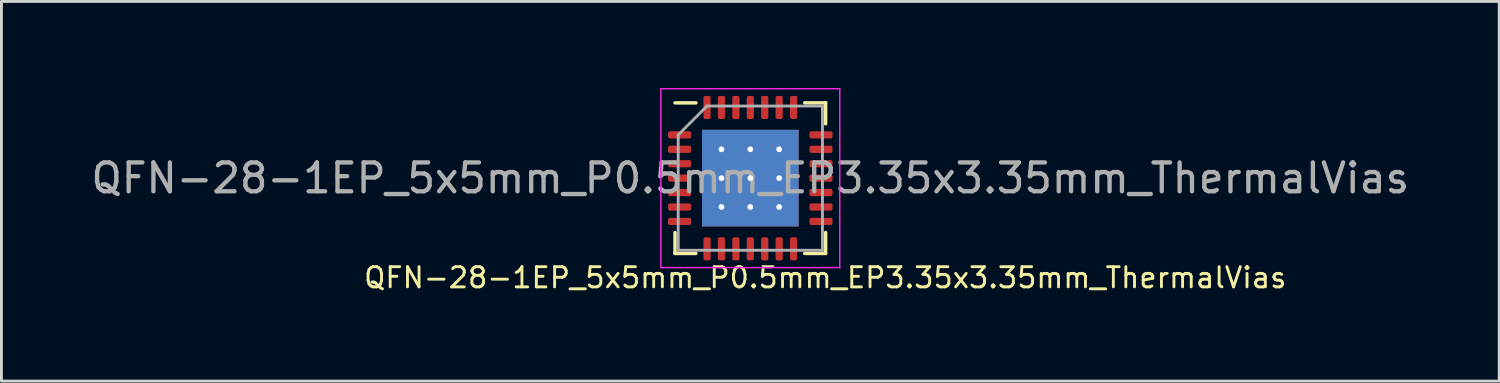
<source format=kicad_pcb>
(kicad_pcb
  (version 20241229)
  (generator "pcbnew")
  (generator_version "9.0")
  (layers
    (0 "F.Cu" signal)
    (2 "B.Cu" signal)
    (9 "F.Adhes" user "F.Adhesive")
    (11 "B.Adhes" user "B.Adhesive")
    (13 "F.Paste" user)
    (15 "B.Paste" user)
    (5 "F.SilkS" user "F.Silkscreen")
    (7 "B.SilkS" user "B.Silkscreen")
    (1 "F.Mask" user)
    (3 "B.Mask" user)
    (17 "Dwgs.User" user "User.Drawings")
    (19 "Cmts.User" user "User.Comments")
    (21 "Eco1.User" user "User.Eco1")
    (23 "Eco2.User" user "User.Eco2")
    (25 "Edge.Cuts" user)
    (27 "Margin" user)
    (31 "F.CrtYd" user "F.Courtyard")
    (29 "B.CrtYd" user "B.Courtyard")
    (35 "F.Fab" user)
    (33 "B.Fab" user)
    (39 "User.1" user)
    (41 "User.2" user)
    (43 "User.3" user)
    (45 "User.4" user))
  (footprint "QFN-28-1EP_5x5mm_P0.5mm_EP3.35x3.35mm_ThermalVias"
    (layer "F.Cu")
    (at 22.958 3.125)
    (property "Reference" "QFN-28-1EP_5x5mm_P0.5mm_EP3.35x3.35mm_ThermalVias" (at 2.6 3.45 0) (unlocked yes) (layer "F.SilkS") (effects (font (size 0.7 0.7) (thickness 0.1))))
    (attr smd)
    (fp_line (start -2.61 2.61) (end -2.61 1.885) (stroke (width 0.12) (type solid)) (layer "F.SilkS"))
    (fp_line (start -1.885 -2.61) (end -2.61 -2.61) (stroke (width 0.12) (type solid)) (layer "F.SilkS"))
    (fp_line (start -1.885 2.61) (end -2.61 2.61) (stroke (width 0.12) (type solid)) (layer "F.SilkS"))
    (fp_line (start 1.885 -2.61) (end 2.61 -2.61) (stroke (width 0.12) (type solid)) (layer "F.SilkS"))
    (fp_line (start 1.885 2.61) (end 2.61 2.61) (stroke (width 0.12) (type solid)) (layer "F.SilkS"))
    (fp_line (start 2.61 -2.61) (end 2.61 -1.885) (stroke (width 0.12) (type solid)) (layer "F.SilkS"))
    (fp_line (start 2.61 2.61) (end 2.61 1.885) (stroke (width 0.12) (type solid)) (layer "F.SilkS"))
    (fp_line (start -3.1 -3.1) (end -3.1 3.1) (stroke (width 0.05) (type solid)) (layer "F.CrtYd"))
    (fp_line (start -3.1 3.1) (end 3.1 3.1) (stroke (width 0.05) (type solid)) (layer "F.CrtYd"))
    (fp_line (start 3.1 -3.1) (end -3.1 -3.1) (stroke (width 0.05) (type solid)) (layer "F.CrtYd"))
    (fp_line (start 3.1 3.1) (end 3.1 -3.1) (stroke (width 0.05) (type solid)) (layer "F.CrtYd"))
    (fp_line (start -2.5 -1.5) (end -1.5 -2.5) (stroke (width 0.1) (type solid)) (layer "F.Fab"))
    (fp_line (start -2.5 2.5) (end -2.5 -1.5) (stroke (width 0.1) (type solid)) (layer "F.Fab"))
    (fp_line (start -1.5 -2.5) (end 2.5 -2.5) (stroke (width 0.1) (type solid)) (layer "F.Fab"))
    (fp_line (start 2.5 -2.5) (end 2.5 2.5) (stroke (width 0.1) (type solid)) (layer "F.Fab"))
    (fp_line (start 2.5 2.5) (end -2.5 2.5) (stroke (width 0.1) (type solid)) (layer "F.Fab"))
    (fp_text user "${REFERENCE}" (at 0 0 0) (unlocked yes) (layer "F.Fab") (effects (font (size 1 1) (thickness 0.15))))
    (pad "" smd custom (at -1.337 -1.337) (size 0.437 0.437) (layers "F.Paste") (options (anchor circle)) (primitives (gr_poly (pts (xy 0.165 0.076) (xy 0.076 0.165) (xy -0.165 0.165) (xy -0.165 -0.165) (xy 0.165 -0.165)) (width 0.215) (fill yes))))
    (pad "" smd custom (at -1.337 -0.5) (size 0.459 0.459) (layers "F.Paste") (options (anchor circle)) (primitives (gr_poly (pts (xy 0.187 -0.247) (xy 0.187 0.247) (xy 0.116 0.318) (xy -0.187 0.318) (xy -0.187 -0.318) (xy 0.116 -0.318)) (width 0.17) (fill yes))))
    (pad "" smd custom (at -1.337 0.5) (size 0.459 0.459) (layers "F.Paste") (options (anchor circle)) (primitives (gr_poly (pts (xy 0.187 -0.247) (xy 0.187 0.247) (xy 0.116 0.318) (xy -0.187 0.318) (xy -0.187 -0.318) (xy 0.116 -0.318)) (width 0.17) (fill yes))))
    (pad "" smd custom (at -1.337 1.337) (size 0.437 0.437) (layers "F.Paste") (options (anchor circle)) (primitives (gr_poly (pts (xy 0.165 -0.076) (xy 0.165 0.165) (xy -0.165 0.165) (xy -0.165 -0.165) (xy 0.076 -0.165)) (width 0.215) (fill yes))))
    (pad "" smd custom (at -0.5 -1.337) (size 0.459 0.459) (layers "F.Paste") (options (anchor circle)) (primitives (gr_poly (pts (xy 0.318 0.116) (xy 0.247 0.187) (xy -0.247 0.187) (xy -0.318 0.116) (xy -0.318 -0.187) (xy 0.318 -0.187)) (width 0.17) (fill yes))))
    (pad "" smd roundrect (at -0.5 -0.5) (size 0.806 0.806) (layers "F.Paste") (roundrect_rratio 0.25))
    (pad "" smd roundrect (at -0.5 0.5) (size 0.806 0.806) (layers "F.Paste") (roundrect_rratio 0.25))
    (pad "" smd custom (at -0.5 1.337) (size 0.459 0.459) (layers "F.Paste") (options (anchor circle)) (primitives (gr_poly (pts (xy 0.318 -0.116) (xy 0.318 0.187) (xy -0.318 0.187) (xy -0.318 -0.116) (xy -0.247 -0.187) (xy 0.247 -0.187)) (width 0.17) (fill yes))))
    (pad "" smd custom (at 0.5 -1.337) (size 0.459 0.459) (layers "F.Paste") (options (anchor circle)) (primitives (gr_poly (pts (xy 0.318 0.116) (xy 0.247 0.187) (xy -0.247 0.187) (xy -0.318 0.116) (xy -0.318 -0.187) (xy 0.318 -0.187)) (width 0.17) (fill yes))))
    (pad "" smd roundrect (at 0.5 -0.5) (size 0.806 0.806) (layers "F.Paste") (roundrect_rratio 0.25))
    (pad "" smd roundrect (at 0.5 0.5) (size 0.806 0.806) (layers "F.Paste") (roundrect_rratio 0.25))
    (pad "" smd custom (at 0.5 1.337) (size 0.459 0.459) (layers "F.Paste") (options (anchor circle)) (primitives (gr_poly (pts (xy 0.318 -0.116) (xy 0.318 0.187) (xy -0.318 0.187) (xy -0.318 -0.116) (xy -0.247 -0.187) (xy 0.247 -0.187)) (width 0.17) (fill yes))))
    (pad "" smd custom (at 1.337 -1.337) (size 0.437 0.437) (layers "F.Paste") (options (anchor circle)) (primitives (gr_poly (pts (xy 0.165 0.165) (xy -0.076 0.165) (xy -0.165 0.076) (xy -0.165 -0.165) (xy 0.165 -0.165)) (width 0.215) (fill yes))))
    (pad "" smd custom (at 1.337 -0.5) (size 0.459 0.459) (layers "F.Paste") (options (anchor circle)) (primitives (gr_poly (pts (xy 0.187 0.318) (xy -0.116 0.318) (xy -0.187 0.247) (xy -0.187 -0.247) (xy -0.116 -0.318) (xy 0.187 -0.318)) (width 0.17) (fill yes))))
    (pad "" smd custom (at 1.337 0.5) (size 0.459 0.459) (layers "F.Paste") (options (anchor circle)) (primitives (gr_poly (pts (xy 0.187 0.318) (xy -0.116 0.318) (xy -0.187 0.247) (xy -0.187 -0.247) (xy -0.116 -0.318) (xy 0.187 -0.318)) (width 0.17) (fill yes))))
    (pad "" smd custom (at 1.337 1.337) (size 0.437 0.437) (layers "F.Paste") (options (anchor circle)) (primitives (gr_poly (pts (xy 0.165 0.165) (xy -0.165 0.165) (xy -0.165 -0.076) (xy -0.076 -0.165) (xy 0.165 -0.165)) (width 0.215) (fill yes))))
    (pad "1" smd roundrect (at -2.45 -1.5) (size 0.8 0.25) (layers "F.Cu" "F.Mask" "F.Paste") (roundrect_rratio 0.25))
    (pad "2" smd roundrect (at -2.45 -1) (size 0.8 0.25) (layers "F.Cu" "F.Mask" "F.Paste") (roundrect_rratio 0.25))
    (pad "3" smd roundrect (at -2.45 -0.5) (size 0.8 0.25) (layers "F.Cu" "F.Mask" "F.Paste") (roundrect_rratio 0.25))
    (pad "4" smd roundrect (at -2.45 0) (size 0.8 0.25) (layers "F.Cu" "F.Mask" "F.Paste") (roundrect_rratio 0.25))
    (pad "5" smd roundrect (at -2.45 0.5) (size 0.8 0.25) (layers "F.Cu" "F.Mask" "F.Paste") (roundrect_rratio 0.25))
    (pad "6" smd roundrect (at -2.45 1) (size 0.8 0.25) (layers "F.Cu" "F.Mask" "F.Paste") (roundrect_rratio 0.25))
    (pad "7" smd roundrect (at -2.45 1.5) (size 0.8 0.25) (layers "F.Cu" "F.Mask" "F.Paste") (roundrect_rratio 0.25))
    (pad "8" smd roundrect (at -1.5 2.45) (size 0.25 0.8) (layers "F.Cu" "F.Mask" "F.Paste") (roundrect_rratio 0.25))
    (pad "9" smd roundrect (at -1 2.45) (size 0.25 0.8) (layers "F.Cu" "F.Mask" "F.Paste") (roundrect_rratio 0.25))
    (pad "10" smd roundrect (at -0.5 2.45) (size 0.25 0.8) (layers "F.Cu" "F.Mask" "F.Paste") (roundrect_rratio 0.25))
    (pad "11" smd roundrect (at 0 2.45) (size 0.25 0.8) (layers "F.Cu" "F.Mask" "F.Paste") (roundrect_rratio 0.25))
    (pad "12" smd roundrect (at 0.5 2.45) (size 0.25 0.8) (layers "F.Cu" "F.Mask" "F.Paste") (roundrect_rratio 0.25))
    (pad "13" smd roundrect (at 1 2.45) (size 0.25 0.8) (layers "F.Cu" "F.Mask" "F.Paste") (roundrect_rratio 0.25))
    (pad "14" smd roundrect (at 1.5 2.45) (size 0.25 0.8) (layers "F.Cu" "F.Mask" "F.Paste") (roundrect_rratio 0.25))
    (pad "15" smd roundrect (at 2.45 1.5) (size 0.8 0.25) (layers "F.Cu" "F.Mask" "F.Paste") (roundrect_rratio 0.25))
    (pad "16" smd roundrect (at 2.45 1) (size 0.8 0.25) (layers "F.Cu" "F.Mask" "F.Paste") (roundrect_rratio 0.25))
    (pad "17" smd roundrect (at 2.45 0.5) (size 0.8 0.25) (layers "F.Cu" "F.Mask" "F.Paste") (roundrect_rratio 0.25))
    (pad "18" smd roundrect (at 2.45 0) (size 0.8 0.25) (layers "F.Cu" "F.Mask" "F.Paste") (roundrect_rratio 0.25))
    (pad "19" smd roundrect (at 2.45 -0.5) (size 0.8 0.25) (layers "F.Cu" "F.Mask" "F.Paste") (roundrect_rratio 0.25))
    (pad "20" smd roundrect (at 2.45 -1) (size 0.8 0.25) (layers "F.Cu" "F.Mask" "F.Paste") (roundrect_rratio 0.25))
    (pad "21" smd roundrect (at 2.45 -1.5) (size 0.8 0.25) (layers "F.Cu" "F.Mask" "F.Paste") (roundrect_rratio 0.25))
    (pad "22" smd roundrect (at 1.5 -2.45) (size 0.25 0.8) (layers "F.Cu" "F.Mask" "F.Paste") (roundrect_rratio 0.25))
    (pad "23" smd roundrect (at 1 -2.45) (size 0.25 0.8) (layers "F.Cu" "F.Mask" "F.Paste") (roundrect_rratio 0.25))
    (pad "24" smd roundrect (at 0.5 -2.45) (size 0.25 0.8) (layers "F.Cu" "F.Mask" "F.Paste") (roundrect_rratio 0.25))
    (pad "25" smd roundrect (at 0 -2.45) (size 0.25 0.8) (layers "F.Cu" "F.Mask" "F.Paste") (roundrect_rratio 0.25))
    (pad "26" smd roundrect (at -0.5 -2.45) (size 0.25 0.8) (layers "F.Cu" "F.Mask" "F.Paste") (roundrect_rratio 0.25))
    (pad "27" smd roundrect (at -1 -2.45) (size 0.25 0.8) (layers "F.Cu" "F.Mask" "F.Paste") (roundrect_rratio 0.25))
    (pad "28" smd roundrect (at -1.5 -2.45) (size 0.25 0.8) (layers "F.Cu" "F.Mask" "F.Paste") (roundrect_rratio 0.25))
    (pad "29" thru_hole circle (at -1 -1) (size 0.5 0.5) (drill 0.2) (layers "*.Cu"))
    (pad "29" thru_hole circle (at -1 0) (size 0.5 0.5) (drill 0.2) (layers "*.Cu"))
    (pad "29" thru_hole circle (at -1 1) (size 0.5 0.5) (drill 0.2) (layers "*.Cu"))
    (pad "29" thru_hole circle (at 0 -1) (size 0.5 0.5) (drill 0.2) (layers "*.Cu"))
    (pad "29" thru_hole circle (at 0 0) (size 0.5 0.5) (drill 0.2) (layers "*.Cu"))
    (pad "29" smd rect (at 0 0) (size 3.35 3.35) (layers "F.Cu" "F.Mask"))
    (pad "29" smd rect (at 0 0) (size 3.35 3.35) (layers "B.Cu" "B.Mask"))
    (pad "29" thru_hole circle (at 0 1) (size 0.5 0.5) (drill 0.2) (layers "*.Cu"))
    (pad "29" thru_hole circle (at 1 -1) (size 0.5 0.5) (drill 0.2) (layers "*.Cu"))
    (pad "29" thru_hole circle (at 1 0) (size 0.5 0.5) (drill 0.2) (layers "*.Cu"))
    (pad "29" thru_hole circle (at 1 1) (size 0.5 0.5) (drill 0.2) (layers "*.Cu")))
  (gr_rect
    (start -3 -3)
    (end 48.917 10.16)
    (stroke (width 0.1) (type default))
    (fill no)
    (layer "Edge.Cuts")))
</source>
